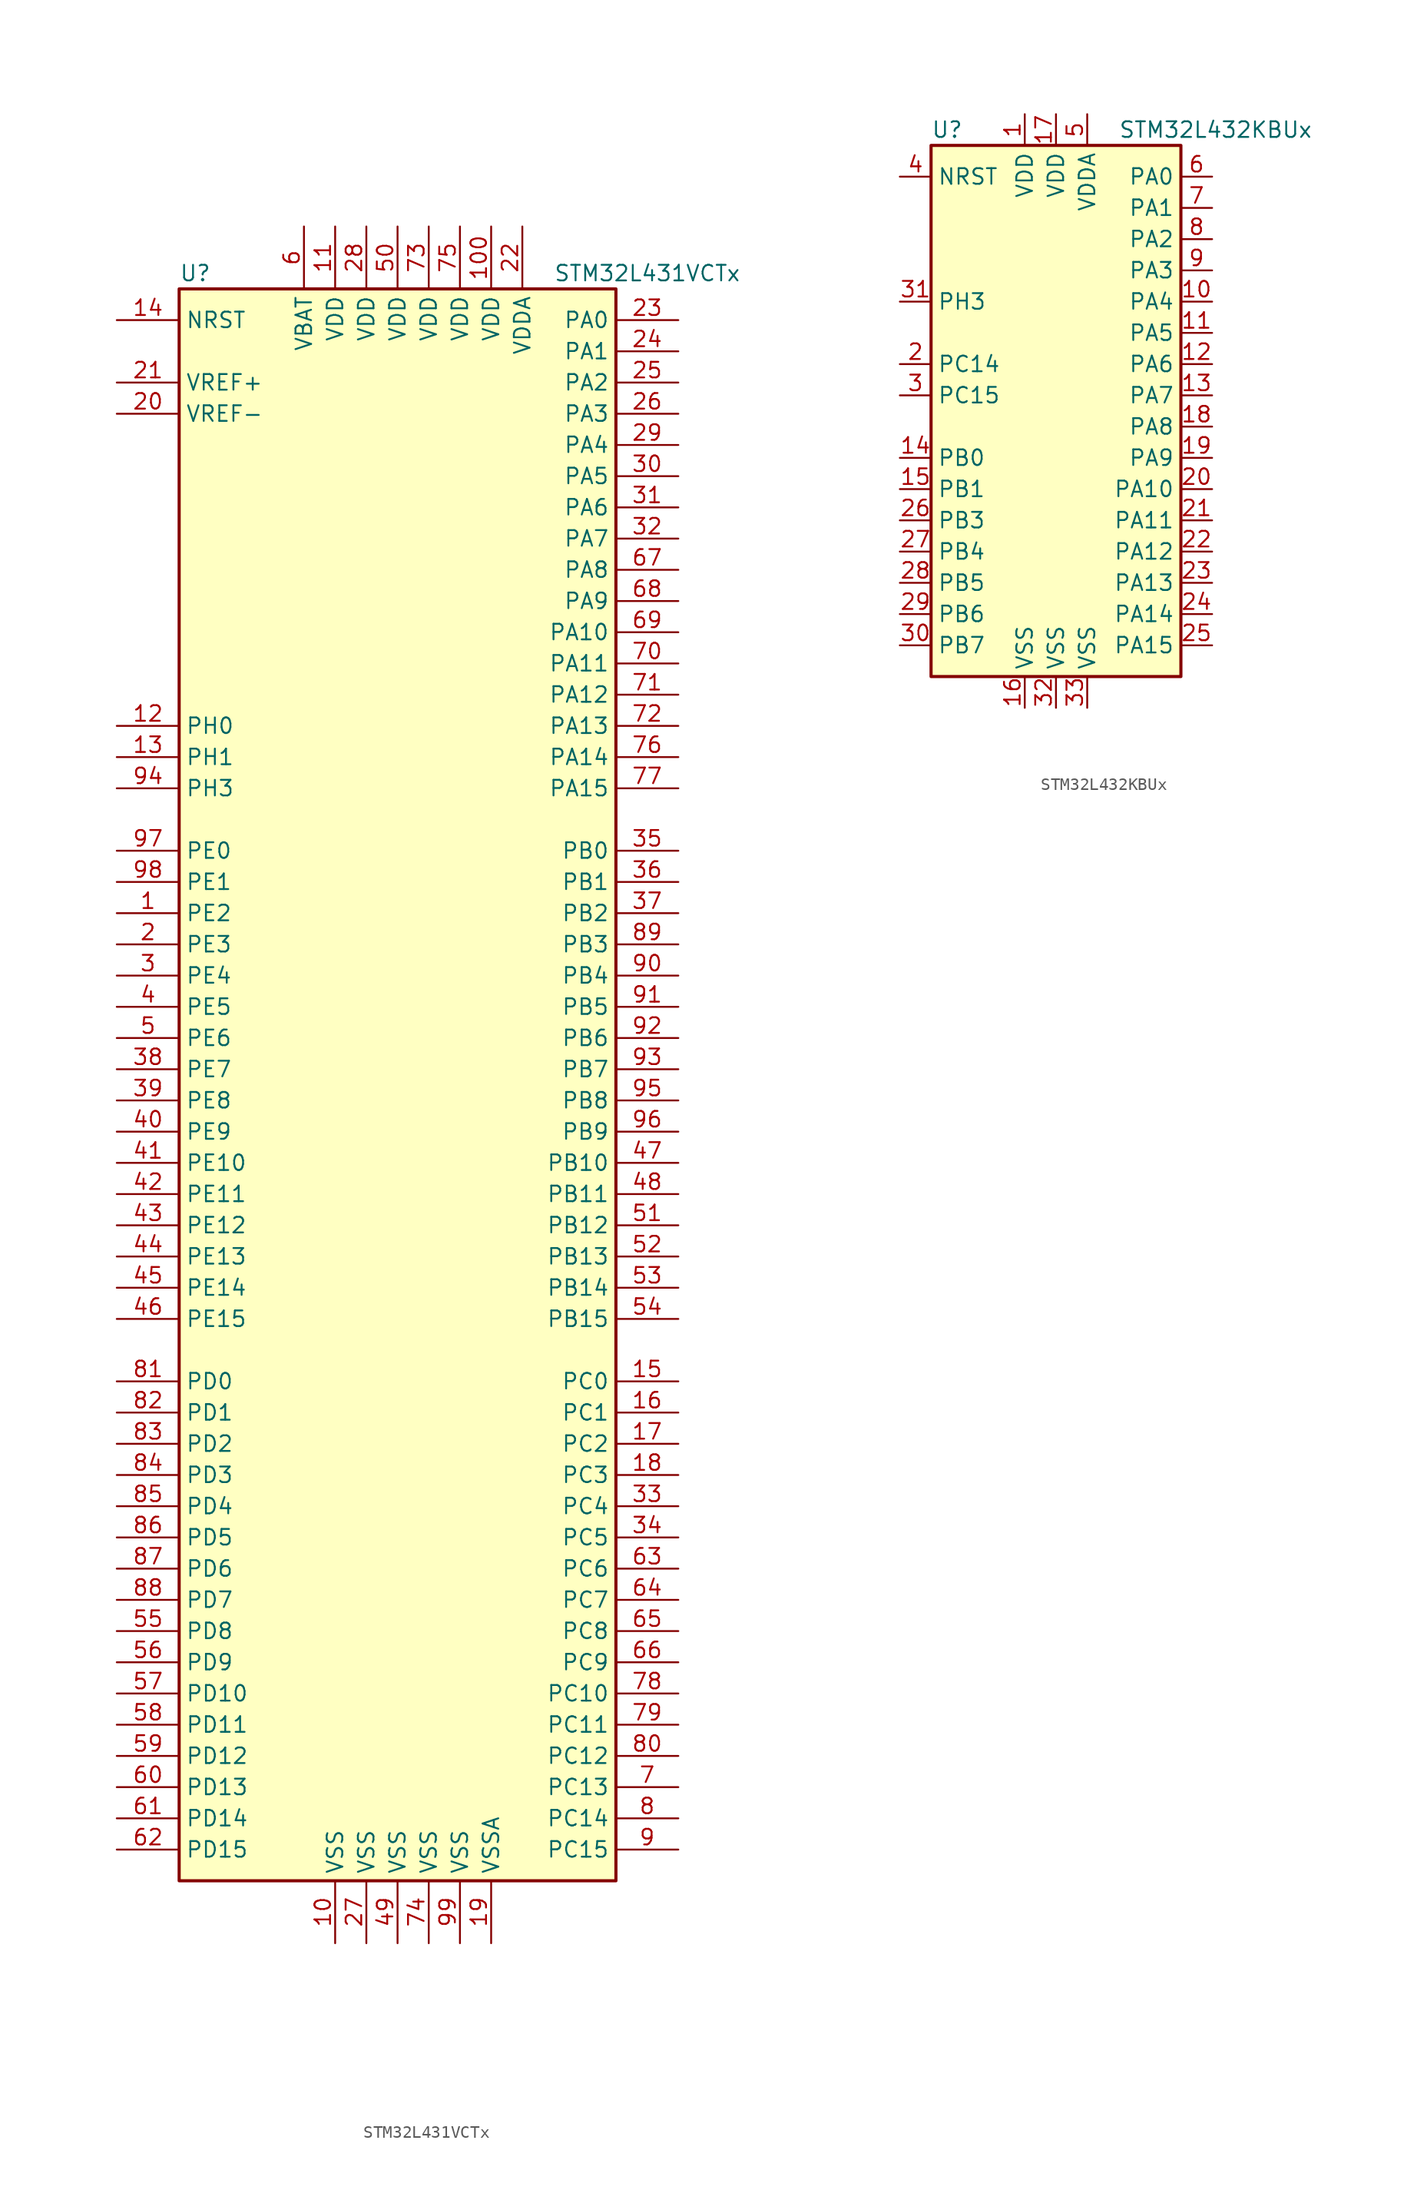
<source format=kicad_sym>
(kicad_symbol_lib
  (version 20211014)
  (generator kicad_symbol_editor)
  (symbol "STM32L431VCTx"
    (property "Reference" "U"
      (at -17.78 64.77 0)
      (effects (font (size 1.27 1.27)) (justify left)))
    (property "Value" "STM32L431VCTx"
      (at 12.7 64.77 0)
      (effects (font (size 1.27 1.27)) (justify left)))
    (symbol "STM32L431VCTx_0_1"
      (rectangle (start -17.78 -66.04) (end 17.78 63.5) (stroke (width 0.254) (type default) (color 0 0 0 0)) (fill (type background))))
    (symbol "STM32L431VCTx_1_1"
      (pin bidirectional line (at -22.86 12.7 0) (length 5.08) (name "PE2" (effects (font (size 1.27 1.27)))) (number "1" (effects (font (size 1.27 1.27)))))
      (pin power_in line (at -5.08 -71.12 90) (length 5.08) (name "VSS" (effects (font (size 1.27 1.27)))) (number "10" (effects (font (size 1.27 1.27)))))
      (pin power_in line (at 7.62 68.58 270) (length 5.08) (name "VDD" (effects (font (size 1.27 1.27)))) (number "100" (effects (font (size 1.27 1.27)))))
      (pin power_in line (at -5.08 68.58 270) (length 5.08) (name "VDD" (effects (font (size 1.27 1.27)))) (number "11" (effects (font (size 1.27 1.27)))))
      (pin input line (at -22.86 27.94 0) (length 5.08) (name "PH0" (effects (font (size 1.27 1.27)))) (number "12" (effects (font (size 1.27 1.27)))))
      (pin input line (at -22.86 25.4 0) (length 5.08) (name "PH1" (effects (font (size 1.27 1.27)))) (number "13" (effects (font (size 1.27 1.27)))))
      (pin input line (at -22.86 60.96 0) (length 5.08) (name "NRST" (effects (font (size 1.27 1.27)))) (number "14" (effects (font (size 1.27 1.27)))))
      (pin bidirectional line (at 22.86 -25.4 180) (length 5.08) (name "PC0" (effects (font (size 1.27 1.27)))) (number "15" (effects (font (size 1.27 1.27)))))
      (pin bidirectional line (at 22.86 -27.94 180) (length 5.08) (name "PC1" (effects (font (size 1.27 1.27)))) (number "16" (effects (font (size 1.27 1.27)))))
      (pin bidirectional line (at 22.86 -30.48 180) (length 5.08) (name "PC2" (effects (font (size 1.27 1.27)))) (number "17" (effects (font (size 1.27 1.27)))))
      (pin bidirectional line (at 22.86 -33.02 180) (length 5.08) (name "PC3" (effects (font (size 1.27 1.27)))) (number "18" (effects (font (size 1.27 1.27)))))
      (pin power_in line (at 7.62 -71.12 90) (length 5.08) (name "VSSA" (effects (font (size 1.27 1.27)))) (number "19" (effects (font (size 1.27 1.27)))))
      (pin bidirectional line (at -22.86 10.16 0) (length 5.08) (name "PE3" (effects (font (size 1.27 1.27)))) (number "2" (effects (font (size 1.27 1.27)))))
      (pin power_in line (at -22.86 53.34 0) (length 5.08) (name "VREF-" (effects (font (size 1.27 1.27)))) (number "20" (effects (font (size 1.27 1.27)))))
      (pin bidirectional line (at -22.86 55.88 0) (length 5.08) (name "VREF+" (effects (font (size 1.27 1.27)))) (number "21" (effects (font (size 1.27 1.27)))))
      (pin power_in line (at 10.16 68.58 270) (length 5.08) (name "VDDA" (effects (font (size 1.27 1.27)))) (number "22" (effects (font (size 1.27 1.27)))))
      (pin bidirectional line (at 22.86 60.96 180) (length 5.08) (name "PA0" (effects (font (size 1.27 1.27)))) (number "23" (effects (font (size 1.27 1.27)))))
      (pin bidirectional line (at 22.86 58.42 180) (length 5.08) (name "PA1" (effects (font (size 1.27 1.27)))) (number "24" (effects (font (size 1.27 1.27)))))
      (pin bidirectional line (at 22.86 55.88 180) (length 5.08) (name "PA2" (effects (font (size 1.27 1.27)))) (number "25" (effects (font (size 1.27 1.27)))))
      (pin bidirectional line (at 22.86 53.34 180) (length 5.08) (name "PA3" (effects (font (size 1.27 1.27)))) (number "26" (effects (font (size 1.27 1.27)))))
      (pin power_in line (at -2.54 -71.12 90) (length 5.08) (name "VSS" (effects (font (size 1.27 1.27)))) (number "27" (effects (font (size 1.27 1.27)))))
      (pin power_in line (at -2.54 68.58 270) (length 5.08) (name "VDD" (effects (font (size 1.27 1.27)))) (number "28" (effects (font (size 1.27 1.27)))))
      (pin bidirectional line (at 22.86 50.8 180) (length 5.08) (name "PA4" (effects (font (size 1.27 1.27)))) (number "29" (effects (font (size 1.27 1.27)))))
      (pin bidirectional line (at -22.86 7.62 0) (length 5.08) (name "PE4" (effects (font (size 1.27 1.27)))) (number "3" (effects (font (size 1.27 1.27)))))
      (pin bidirectional line (at 22.86 48.26 180) (length 5.08) (name "PA5" (effects (font (size 1.27 1.27)))) (number "30" (effects (font (size 1.27 1.27)))))
      (pin bidirectional line (at 22.86 45.72 180) (length 5.08) (name "PA6" (effects (font (size 1.27 1.27)))) (number "31" (effects (font (size 1.27 1.27)))))
      (pin bidirectional line (at 22.86 43.18 180) (length 5.08) (name "PA7" (effects (font (size 1.27 1.27)))) (number "32" (effects (font (size 1.27 1.27)))))
      (pin bidirectional line (at 22.86 -35.56 180) (length 5.08) (name "PC4" (effects (font (size 1.27 1.27)))) (number "33" (effects (font (size 1.27 1.27)))))
      (pin bidirectional line (at 22.86 -38.1 180) (length 5.08) (name "PC5" (effects (font (size 1.27 1.27)))) (number "34" (effects (font (size 1.27 1.27)))))
      (pin bidirectional line (at 22.86 17.78 180) (length 5.08) (name "PB0" (effects (font (size 1.27 1.27)))) (number "35" (effects (font (size 1.27 1.27)))))
      (pin bidirectional line (at 22.86 15.24 180) (length 5.08) (name "PB1" (effects (font (size 1.27 1.27)))) (number "36" (effects (font (size 1.27 1.27)))))
      (pin bidirectional line (at 22.86 12.7 180) (length 5.08) (name "PB2" (effects (font (size 1.27 1.27)))) (number "37" (effects (font (size 1.27 1.27)))))
      (pin bidirectional line (at -22.86 0 0) (length 5.08) (name "PE7" (effects (font (size 1.27 1.27)))) (number "38" (effects (font (size 1.27 1.27)))))
      (pin bidirectional line (at -22.86 -2.54 0) (length 5.08) (name "PE8" (effects (font (size 1.27 1.27)))) (number "39" (effects (font (size 1.27 1.27)))))
      (pin bidirectional line (at -22.86 5.08 0) (length 5.08) (name "PE5" (effects (font (size 1.27 1.27)))) (number "4" (effects (font (size 1.27 1.27)))))
      (pin bidirectional line (at -22.86 -5.08 0) (length 5.08) (name "PE9" (effects (font (size 1.27 1.27)))) (number "40" (effects (font (size 1.27 1.27)))))
      (pin bidirectional line (at -22.86 -7.62 0) (length 5.08) (name "PE10" (effects (font (size 1.27 1.27)))) (number "41" (effects (font (size 1.27 1.27)))))
      (pin bidirectional line (at -22.86 -10.16 0) (length 5.08) (name "PE11" (effects (font (size 1.27 1.27)))) (number "42" (effects (font (size 1.27 1.27)))))
      (pin bidirectional line (at -22.86 -12.7 0) (length 5.08) (name "PE12" (effects (font (size 1.27 1.27)))) (number "43" (effects (font (size 1.27 1.27)))))
      (pin bidirectional line (at -22.86 -15.24 0) (length 5.08) (name "PE13" (effects (font (size 1.27 1.27)))) (number "44" (effects (font (size 1.27 1.27)))))
      (pin bidirectional line (at -22.86 -17.78 0) (length 5.08) (name "PE14" (effects (font (size 1.27 1.27)))) (number "45" (effects (font (size 1.27 1.27)))))
      (pin bidirectional line (at -22.86 -20.32 0) (length 5.08) (name "PE15" (effects (font (size 1.27 1.27)))) (number "46" (effects (font (size 1.27 1.27)))))
      (pin bidirectional line (at 22.86 -7.62 180) (length 5.08) (name "PB10" (effects (font (size 1.27 1.27)))) (number "47" (effects (font (size 1.27 1.27)))))
      (pin bidirectional line (at 22.86 -10.16 180) (length 5.08) (name "PB11" (effects (font (size 1.27 1.27)))) (number "48" (effects (font (size 1.27 1.27)))))
      (pin power_in line (at 0 -71.12 90) (length 5.08) (name "VSS" (effects (font (size 1.27 1.27)))) (number "49" (effects (font (size 1.27 1.27)))))
      (pin bidirectional line (at -22.86 2.54 0) (length 5.08) (name "PE6" (effects (font (size 1.27 1.27)))) (number "5" (effects (font (size 1.27 1.27)))))
      (pin power_in line (at 0 68.58 270) (length 5.08) (name "VDD" (effects (font (size 1.27 1.27)))) (number "50" (effects (font (size 1.27 1.27)))))
      (pin bidirectional line (at 22.86 -12.7 180) (length 5.08) (name "PB12" (effects (font (size 1.27 1.27)))) (number "51" (effects (font (size 1.27 1.27)))))
      (pin bidirectional line (at 22.86 -15.24 180) (length 5.08) (name "PB13" (effects (font (size 1.27 1.27)))) (number "52" (effects (font (size 1.27 1.27)))))
      (pin bidirectional line (at 22.86 -17.78 180) (length 5.08) (name "PB14" (effects (font (size 1.27 1.27)))) (number "53" (effects (font (size 1.27 1.27)))))
      (pin bidirectional line (at 22.86 -20.32 180) (length 5.08) (name "PB15" (effects (font (size 1.27 1.27)))) (number "54" (effects (font (size 1.27 1.27)))))
      (pin bidirectional line (at -22.86 -45.72 0) (length 5.08) (name "PD8" (effects (font (size 1.27 1.27)))) (number "55" (effects (font (size 1.27 1.27)))))
      (pin bidirectional line (at -22.86 -48.26 0) (length 5.08) (name "PD9" (effects (font (size 1.27 1.27)))) (number "56" (effects (font (size 1.27 1.27)))))
      (pin bidirectional line (at -22.86 -50.8 0) (length 5.08) (name "PD10" (effects (font (size 1.27 1.27)))) (number "57" (effects (font (size 1.27 1.27)))))
      (pin bidirectional line (at -22.86 -53.34 0) (length 5.08) (name "PD11" (effects (font (size 1.27 1.27)))) (number "58" (effects (font (size 1.27 1.27)))))
      (pin bidirectional line (at -22.86 -55.88 0) (length 5.08) (name "PD12" (effects (font (size 1.27 1.27)))) (number "59" (effects (font (size 1.27 1.27)))))
      (pin power_in line (at -7.62 68.58 270) (length 5.08) (name "VBAT" (effects (font (size 1.27 1.27)))) (number "6" (effects (font (size 1.27 1.27)))))
      (pin bidirectional line (at -22.86 -58.42 0) (length 5.08) (name "PD13" (effects (font (size 1.27 1.27)))) (number "60" (effects (font (size 1.27 1.27)))))
      (pin bidirectional line (at -22.86 -60.96 0) (length 5.08) (name "PD14" (effects (font (size 1.27 1.27)))) (number "61" (effects (font (size 1.27 1.27)))))
      (pin bidirectional line (at -22.86 -63.5 0) (length 5.08) (name "PD15" (effects (font (size 1.27 1.27)))) (number "62" (effects (font (size 1.27 1.27)))))
      (pin bidirectional line (at 22.86 -40.64 180) (length 5.08) (name "PC6" (effects (font (size 1.27 1.27)))) (number "63" (effects (font (size 1.27 1.27)))))
      (pin bidirectional line (at 22.86 -43.18 180) (length 5.08) (name "PC7" (effects (font (size 1.27 1.27)))) (number "64" (effects (font (size 1.27 1.27)))))
      (pin bidirectional line (at 22.86 -45.72 180) (length 5.08) (name "PC8" (effects (font (size 1.27 1.27)))) (number "65" (effects (font (size 1.27 1.27)))))
      (pin bidirectional line (at 22.86 -48.26 180) (length 5.08) (name "PC9" (effects (font (size 1.27 1.27)))) (number "66" (effects (font (size 1.27 1.27)))))
      (pin bidirectional line (at 22.86 40.64 180) (length 5.08) (name "PA8" (effects (font (size 1.27 1.27)))) (number "67" (effects (font (size 1.27 1.27)))))
      (pin bidirectional line (at 22.86 38.1 180) (length 5.08) (name "PA9" (effects (font (size 1.27 1.27)))) (number "68" (effects (font (size 1.27 1.27)))))
      (pin bidirectional line (at 22.86 35.56 180) (length 5.08) (name "PA10" (effects (font (size 1.27 1.27)))) (number "69" (effects (font (size 1.27 1.27)))))
      (pin bidirectional line (at 22.86 -58.42 180) (length 5.08) (name "PC13" (effects (font (size 1.27 1.27)))) (number "7" (effects (font (size 1.27 1.27)))))
      (pin bidirectional line (at 22.86 33.02 180) (length 5.08) (name "PA11" (effects (font (size 1.27 1.27)))) (number "70" (effects (font (size 1.27 1.27)))))
      (pin bidirectional line (at 22.86 30.48 180) (length 5.08) (name "PA12" (effects (font (size 1.27 1.27)))) (number "71" (effects (font (size 1.27 1.27)))))
      (pin bidirectional line (at 22.86 27.94 180) (length 5.08) (name "PA13" (effects (font (size 1.27 1.27)))) (number "72" (effects (font (size 1.27 1.27)))))
      (pin power_in line (at 2.54 68.58 270) (length 5.08) (name "VDD" (effects (font (size 1.27 1.27)))) (number "73" (effects (font (size 1.27 1.27)))))
      (pin power_in line (at 2.54 -71.12 90) (length 5.08) (name "VSS" (effects (font (size 1.27 1.27)))) (number "74" (effects (font (size 1.27 1.27)))))
      (pin power_in line (at 5.08 68.58 270) (length 5.08) (name "VDD" (effects (font (size 1.27 1.27)))) (number "75" (effects (font (size 1.27 1.27)))))
      (pin bidirectional line (at 22.86 25.4 180) (length 5.08) (name "PA14" (effects (font (size 1.27 1.27)))) (number "76" (effects (font (size 1.27 1.27)))))
      (pin bidirectional line (at 22.86 22.86 180) (length 5.08) (name "PA15" (effects (font (size 1.27 1.27)))) (number "77" (effects (font (size 1.27 1.27)))))
      (pin bidirectional line (at 22.86 -50.8 180) (length 5.08) (name "PC10" (effects (font (size 1.27 1.27)))) (number "78" (effects (font (size 1.27 1.27)))))
      (pin bidirectional line (at 22.86 -53.34 180) (length 5.08) (name "PC11" (effects (font (size 1.27 1.27)))) (number "79" (effects (font (size 1.27 1.27)))))
      (pin bidirectional line (at 22.86 -60.96 180) (length 5.08) (name "PC14" (effects (font (size 1.27 1.27)))) (number "8" (effects (font (size 1.27 1.27)))))
      (pin bidirectional line (at 22.86 -55.88 180) (length 5.08) (name "PC12" (effects (font (size 1.27 1.27)))) (number "80" (effects (font (size 1.27 1.27)))))
      (pin bidirectional line (at -22.86 -25.4 0) (length 5.08) (name "PD0" (effects (font (size 1.27 1.27)))) (number "81" (effects (font (size 1.27 1.27)))))
      (pin bidirectional line (at -22.86 -27.94 0) (length 5.08) (name "PD1" (effects (font (size 1.27 1.27)))) (number "82" (effects (font (size 1.27 1.27)))))
      (pin bidirectional line (at -22.86 -30.48 0) (length 5.08) (name "PD2" (effects (font (size 1.27 1.27)))) (number "83" (effects (font (size 1.27 1.27)))))
      (pin bidirectional line (at -22.86 -33.02 0) (length 5.08) (name "PD3" (effects (font (size 1.27 1.27)))) (number "84" (effects (font (size 1.27 1.27)))))
      (pin bidirectional line (at -22.86 -35.56 0) (length 5.08) (name "PD4" (effects (font (size 1.27 1.27)))) (number "85" (effects (font (size 1.27 1.27)))))
      (pin bidirectional line (at -22.86 -38.1 0) (length 5.08) (name "PD5" (effects (font (size 1.27 1.27)))) (number "86" (effects (font (size 1.27 1.27)))))
      (pin bidirectional line (at -22.86 -40.64 0) (length 5.08) (name "PD6" (effects (font (size 1.27 1.27)))) (number "87" (effects (font (size 1.27 1.27)))))
      (pin bidirectional line (at -22.86 -43.18 0) (length 5.08) (name "PD7" (effects (font (size 1.27 1.27)))) (number "88" (effects (font (size 1.27 1.27)))))
      (pin bidirectional line (at 22.86 10.16 180) (length 5.08) (name "PB3" (effects (font (size 1.27 1.27)))) (number "89" (effects (font (size 1.27 1.27)))))
      (pin bidirectional line (at 22.86 -63.5 180) (length 5.08) (name "PC15" (effects (font (size 1.27 1.27)))) (number "9" (effects (font (size 1.27 1.27)))))
      (pin bidirectional line (at 22.86 7.62 180) (length 5.08) (name "PB4" (effects (font (size 1.27 1.27)))) (number "90" (effects (font (size 1.27 1.27)))))
      (pin bidirectional line (at 22.86 5.08 180) (length 5.08) (name "PB5" (effects (font (size 1.27 1.27)))) (number "91" (effects (font (size 1.27 1.27)))))
      (pin bidirectional line (at 22.86 2.54 180) (length 5.08) (name "PB6" (effects (font (size 1.27 1.27)))) (number "92" (effects (font (size 1.27 1.27)))))
      (pin bidirectional line (at 22.86 0 180) (length 5.08) (name "PB7" (effects (font (size 1.27 1.27)))) (number "93" (effects (font (size 1.27 1.27)))))
      (pin bidirectional line (at -22.86 22.86 0) (length 5.08) (name "PH3" (effects (font (size 1.27 1.27)))) (number "94" (effects (font (size 1.27 1.27)))))
      (pin bidirectional line (at 22.86 -2.54 180) (length 5.08) (name "PB8" (effects (font (size 1.27 1.27)))) (number "95" (effects (font (size 1.27 1.27)))))
      (pin bidirectional line (at 22.86 -5.08 180) (length 5.08) (name "PB9" (effects (font (size 1.27 1.27)))) (number "96" (effects (font (size 1.27 1.27)))))
      (pin bidirectional line (at -22.86 17.78 0) (length 5.08) (name "PE0" (effects (font (size 1.27 1.27)))) (number "97" (effects (font (size 1.27 1.27)))))
      (pin bidirectional line (at -22.86 15.24 0) (length 5.08) (name "PE1" (effects (font (size 1.27 1.27)))) (number "98" (effects (font (size 1.27 1.27)))))
      (pin power_in line (at 5.08 -71.12 90) (length 5.08) (name "VSS" (effects (font (size 1.27 1.27)))) (number "99" (effects (font (size 1.27 1.27)))))))
  (symbol "STM32L432KBUx"
    (property "Reference" "U"
      (at -10.16 21.59 0)
      (effects (font (size 1.27 1.27)) (justify left)))
    (property "Value" "STM32L432KBUx"
      (at 5.08 21.59 0)
      (effects (font (size 1.27 1.27)) (justify left)))
    (symbol "STM32L432KBUx_0_1"
      (rectangle (start -10.16 -22.86) (end 10.16 20.32) (stroke (width 0.254) (type default) (color 0 0 0 0)) (fill (type background))))
    (symbol "STM32L432KBUx_1_1"
      (pin power_in line (at -2.54 22.86 270) (length 2.54) (name "VDD" (effects (font (size 1.27 1.27)))) (number "1" (effects (font (size 1.27 1.27)))))
      (pin bidirectional line (at 12.7 7.62 180) (length 2.54) (name "PA4" (effects (font (size 1.27 1.27)))) (number "10" (effects (font (size 1.27 1.27)))))
      (pin bidirectional line (at 12.7 5.08 180) (length 2.54) (name "PA5" (effects (font (size 1.27 1.27)))) (number "11" (effects (font (size 1.27 1.27)))))
      (pin bidirectional line (at 12.7 2.54 180) (length 2.54) (name "PA6" (effects (font (size 1.27 1.27)))) (number "12" (effects (font (size 1.27 1.27)))))
      (pin bidirectional line (at 12.7 0 180) (length 2.54) (name "PA7" (effects (font (size 1.27 1.27)))) (number "13" (effects (font (size 1.27 1.27)))))
      (pin bidirectional line (at -12.7 -5.08 0) (length 2.54) (name "PB0" (effects (font (size 1.27 1.27)))) (number "14" (effects (font (size 1.27 1.27)))))
      (pin bidirectional line (at -12.7 -7.62 0) (length 2.54) (name "PB1" (effects (font (size 1.27 1.27)))) (number "15" (effects (font (size 1.27 1.27)))))
      (pin power_in line (at -2.54 -25.4 90) (length 2.54) (name "VSS" (effects (font (size 1.27 1.27)))) (number "16" (effects (font (size 1.27 1.27)))))
      (pin power_in line (at 0 22.86 270) (length 2.54) (name "VDD" (effects (font (size 1.27 1.27)))) (number "17" (effects (font (size 1.27 1.27)))))
      (pin bidirectional line (at 12.7 -2.54 180) (length 2.54) (name "PA8" (effects (font (size 1.27 1.27)))) (number "18" (effects (font (size 1.27 1.27)))))
      (pin bidirectional line (at 12.7 -5.08 180) (length 2.54) (name "PA9" (effects (font (size 1.27 1.27)))) (number "19" (effects (font (size 1.27 1.27)))))
      (pin bidirectional line (at -12.7 2.54 0) (length 2.54) (name "PC14" (effects (font (size 1.27 1.27)))) (number "2" (effects (font (size 1.27 1.27)))))
      (pin bidirectional line (at 12.7 -7.62 180) (length 2.54) (name "PA10" (effects (font (size 1.27 1.27)))) (number "20" (effects (font (size 1.27 1.27)))))
      (pin bidirectional line (at 12.7 -10.16 180) (length 2.54) (name "PA11" (effects (font (size 1.27 1.27)))) (number "21" (effects (font (size 1.27 1.27)))))
      (pin bidirectional line (at 12.7 -12.7 180) (length 2.54) (name "PA12" (effects (font (size 1.27 1.27)))) (number "22" (effects (font (size 1.27 1.27)))))
      (pin bidirectional line (at 12.7 -15.24 180) (length 2.54) (name "PA13" (effects (font (size 1.27 1.27)))) (number "23" (effects (font (size 1.27 1.27)))))
      (pin bidirectional line (at 12.7 -17.78 180) (length 2.54) (name "PA14" (effects (font (size 1.27 1.27)))) (number "24" (effects (font (size 1.27 1.27)))))
      (pin bidirectional line (at 12.7 -20.32 180) (length 2.54) (name "PA15" (effects (font (size 1.27 1.27)))) (number "25" (effects (font (size 1.27 1.27)))))
      (pin bidirectional line (at -12.7 -10.16 0) (length 2.54) (name "PB3" (effects (font (size 1.27 1.27)))) (number "26" (effects (font (size 1.27 1.27)))))
      (pin bidirectional line (at -12.7 -12.7 0) (length 2.54) (name "PB4" (effects (font (size 1.27 1.27)))) (number "27" (effects (font (size 1.27 1.27)))))
      (pin bidirectional line (at -12.7 -15.24 0) (length 2.54) (name "PB5" (effects (font (size 1.27 1.27)))) (number "28" (effects (font (size 1.27 1.27)))))
      (pin bidirectional line (at -12.7 -17.78 0) (length 2.54) (name "PB6" (effects (font (size 1.27 1.27)))) (number "29" (effects (font (size 1.27 1.27)))))
      (pin bidirectional line (at -12.7 0 0) (length 2.54) (name "PC15" (effects (font (size 1.27 1.27)))) (number "3" (effects (font (size 1.27 1.27)))))
      (pin bidirectional line (at -12.7 -20.32 0) (length 2.54) (name "PB7" (effects (font (size 1.27 1.27)))) (number "30" (effects (font (size 1.27 1.27)))))
      (pin bidirectional line (at -12.7 7.62 0) (length 2.54) (name "PH3" (effects (font (size 1.27 1.27)))) (number "31" (effects (font (size 1.27 1.27)))))
      (pin power_in line (at 0 -25.4 90) (length 2.54) (name "VSS" (effects (font (size 1.27 1.27)))) (number "32" (effects (font (size 1.27 1.27)))))
      (pin power_in line (at 2.54 -25.4 90) (length 2.54) (name "VSS" (effects (font (size 1.27 1.27)))) (number "33" (effects (font (size 1.27 1.27)))))
      (pin input line (at -12.7 17.78 0) (length 2.54) (name "NRST" (effects (font (size 1.27 1.27)))) (number "4" (effects (font (size 1.27 1.27)))))
      (pin power_in line (at 2.54 22.86 270) (length 2.54) (name "VDDA" (effects (font (size 1.27 1.27)))) (number "5" (effects (font (size 1.27 1.27)))))
      (pin bidirectional line (at 12.7 17.78 180) (length 2.54) (name "PA0" (effects (font (size 1.27 1.27)))) (number "6" (effects (font (size 1.27 1.27)))))
      (pin bidirectional line (at 12.7 15.24 180) (length 2.54) (name "PA1" (effects (font (size 1.27 1.27)))) (number "7" (effects (font (size 1.27 1.27)))))
      (pin bidirectional line (at 12.7 12.7 180) (length 2.54) (name "PA2" (effects (font (size 1.27 1.27)))) (number "8" (effects (font (size 1.27 1.27)))))
      (pin bidirectional line (at 12.7 10.16 180) (length 2.54) (name "PA3" (effects (font (size 1.27 1.27)))) (number "9" (effects (font (size 1.27 1.27))))))))
</source>
